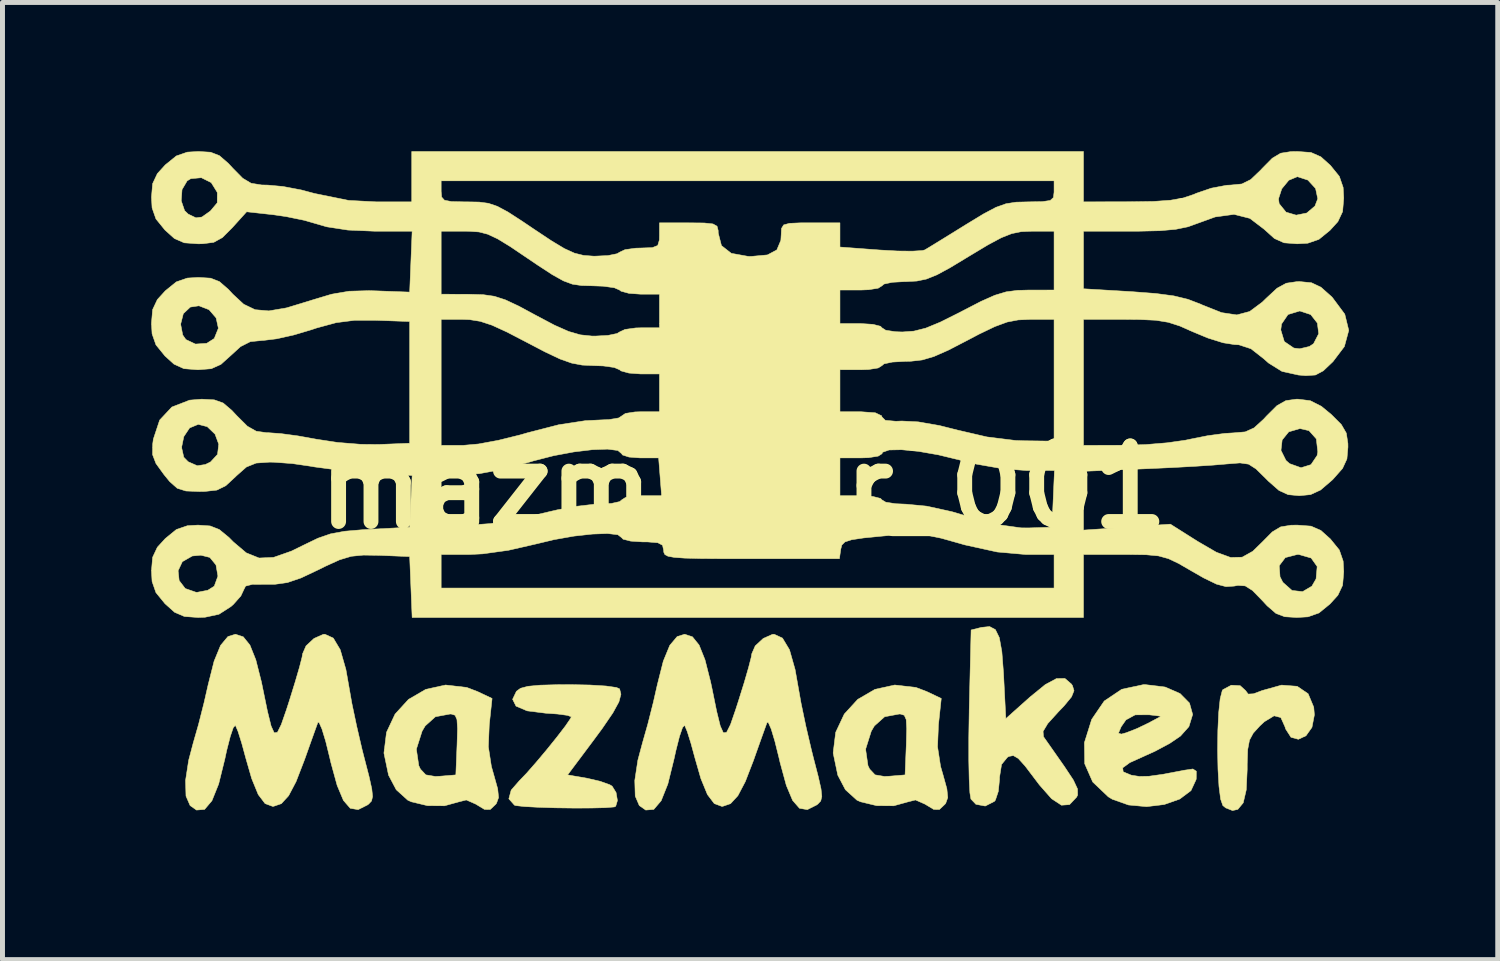
<source format=kicad_pcb>
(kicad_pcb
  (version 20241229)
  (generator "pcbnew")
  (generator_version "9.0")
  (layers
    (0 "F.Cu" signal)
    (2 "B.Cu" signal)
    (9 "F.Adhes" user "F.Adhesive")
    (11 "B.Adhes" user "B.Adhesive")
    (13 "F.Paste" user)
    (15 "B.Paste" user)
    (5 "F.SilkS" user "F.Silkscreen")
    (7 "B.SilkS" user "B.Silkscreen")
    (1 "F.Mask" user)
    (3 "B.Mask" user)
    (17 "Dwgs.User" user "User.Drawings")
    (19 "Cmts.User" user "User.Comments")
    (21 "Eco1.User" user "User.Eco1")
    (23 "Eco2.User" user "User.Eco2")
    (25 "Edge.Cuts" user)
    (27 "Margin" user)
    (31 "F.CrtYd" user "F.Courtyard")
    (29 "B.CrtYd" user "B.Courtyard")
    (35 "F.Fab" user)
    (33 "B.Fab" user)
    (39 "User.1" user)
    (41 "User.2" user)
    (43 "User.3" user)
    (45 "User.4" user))
  (footprint "mazmaker_001"
    (layer "F.Cu")
    (at 11.943 6.778)
    (property "Reference" "mazmaker_001" (at 0 0 0) (layer "F.SilkS") (effects (font (size 1.524 1.524) (thickness 0.3))))
    (attr through_hole)
    (fp_poly (pts (xy 11.168 4.013) (xy 11.389 4.163) (xy 11.502 4.434) (xy 11.515 4.589) (xy 11.466 4.841) (xy 11.346 5.01) (xy 11.192 5.082) (xy 11.043 5.041) (xy 10.934 4.872) (xy 10.923 4.832) (xy 10.838 4.643) (xy 10.702 4.608) (xy 10.506 4.727) (xy 10.414 4.813) (xy 10.282 4.958) (xy 10.206 5.099) (xy 10.17 5.289) (xy 10.16 5.579) (xy 10.16 5.692) (xy 10.141 6.101) (xy 10.08 6.363) (xy 9.971 6.495) (xy 9.864 6.519) (xy 9.727 6.465) (xy 9.669 6.418) (xy 9.624 6.289) (xy 9.591 6.032) (xy 9.571 5.688) (xy 9.563 5.299) (xy 9.568 4.904) (xy 9.585 4.545) (xy 9.615 4.263) (xy 9.657 4.099) (xy 9.669 4.081) (xy 9.839 3.991) (xy 10.018 4) (xy 10.127 4.099) (xy 10.18 4.17) (xy 10.288 4.164) (xy 10.46 4.099) (xy 10.854 3.989) (xy 11.168 4.013)) (stroke (width 0.01) (type solid)) (fill yes) (layer "F.SilkS"))
    (fp_poly (pts (xy -5.58 4.036) (xy -5.363 4.119) (xy -5.069 4.258) (xy -5.126 4.791) (xy -5.144 5.233) (xy -5.083 5.629) (xy -5.036 5.794) (xy -4.956 6.08) (xy -4.938 6.257) (xy -4.98 6.372) (xy -4.994 6.391) (xy -5.107 6.498) (xy -5.222 6.496) (xy -5.398 6.389) (xy -5.589 6.305) (xy -5.75 6.346) (xy -6.029 6.423) (xy -6.372 6.42) (xy -6.698 6.342) (xy -6.77 6.309) (xy -7.002 6.099) (xy -7.157 5.805) (xy -7.25 5.359) (xy -7.24 5.281) (xy -6.596 5.281) (xy -6.547 5.613) (xy -6.514 5.683) (xy -6.405 5.799) (xy -6.215 5.831) (xy -6.112 5.826) (xy -5.8 5.8) (xy -5.775 5.186) (xy -5.766 4.868) (xy -5.777 4.684) (xy -5.815 4.597) (xy -5.89 4.573) (xy -5.916 4.572) (xy -6.212 4.627) (xy -6.418 4.812) (xy -6.48 4.917) (xy -6.596 5.281) (xy -7.24 5.281) (xy -7.198 4.941) (xy -7.025 4.573) (xy -6.754 4.277) (xy -6.407 4.075) (xy -6.008 3.987) (xy -5.58 4.036)) (stroke (width 0.01) (type solid)) (fill yes) (layer "F.SilkS"))
    (fp_poly (pts (xy 3.479 4.036) (xy 3.697 4.119) (xy 3.99 4.258) (xy 3.933 4.791) (xy 3.915 5.233) (xy 3.976 5.629) (xy 4.024 5.794) (xy 4.103 6.08) (xy 4.121 6.257) (xy 4.08 6.372) (xy 4.065 6.391) (xy 3.952 6.498) (xy 3.838 6.496) (xy 3.661 6.389) (xy 3.47 6.305) (xy 3.309 6.346) (xy 3.031 6.423) (xy 2.687 6.42) (xy 2.362 6.342) (xy 2.289 6.309) (xy 2.057 6.099) (xy 1.903 5.805) (xy 1.81 5.359) (xy 1.819 5.281) (xy 2.464 5.281) (xy 2.512 5.613) (xy 2.546 5.683) (xy 2.655 5.799) (xy 2.844 5.831) (xy 2.948 5.826) (xy 3.26 5.8) (xy 3.285 5.186) (xy 3.293 4.868) (xy 3.283 4.684) (xy 3.244 4.597) (xy 3.169 4.573) (xy 3.143 4.572) (xy 2.848 4.627) (xy 2.641 4.812) (xy 2.579 4.917) (xy 2.464 5.281) (xy 1.819 5.281) (xy 1.861 4.941) (xy 2.034 4.573) (xy 2.305 4.277) (xy 2.652 4.075) (xy 3.051 3.987) (xy 3.479 4.036)) (stroke (width 0.01) (type solid)) (fill yes) (layer "F.SilkS"))
    (fp_poly (pts (xy -3.098 3.987) (xy -2.772 4.007) (xy -2.561 4.037) (xy -2.497 4.065) (xy -2.47 4.173) (xy -2.511 4.327) (xy -2.632 4.548) (xy -2.845 4.86) (xy -3.045 5.131) (xy -3.546 5.8) (xy -3.151 5.868) (xy -2.892 5.928) (xy -2.696 5.998) (xy -2.648 6.027) (xy -2.568 6.156) (xy -2.541 6.317) (xy -2.575 6.431) (xy -2.603 6.446) (xy -2.784 6.461) (xy -3.07 6.468) (xy -3.42 6.469) (xy -3.79 6.464) (xy -4.137 6.453) (xy -4.418 6.438) (xy -4.59 6.419) (xy -4.618 6.41) (xy -4.731 6.282) (xy -4.684 6.107) (xy -4.521 5.92) (xy -4.375 5.768) (xy -4.18 5.546) (xy -3.965 5.29) (xy -3.759 5.034) (xy -3.59 4.814) (xy -3.489 4.666) (xy -3.471 4.628) (xy -3.548 4.599) (xy -3.749 4.572) (xy -3.992 4.555) (xy -4.363 4.508) (xy -4.586 4.413) (xy -4.655 4.275) (xy -4.578 4.113) (xy -4.495 4.053) (xy -4.346 4.013) (xy -4.101 3.99) (xy -3.732 3.98) (xy -3.508 3.979) (xy -3.098 3.987)) (stroke (width 0.01) (type solid)) (fill yes) (layer "F.SilkS"))
    (fp_poly (pts (xy 8.506 4.028) (xy 8.806 4.159) (xy 8.996 4.351) (xy 9.06 4.581) (xy 8.984 4.827) (xy 8.815 5.016) (xy 8.598 5.164) (xy 8.3 5.323) (xy 8.096 5.415) (xy 7.793 5.552) (xy 7.649 5.657) (xy 7.659 5.738) (xy 7.816 5.803) (xy 7.832 5.807) (xy 7.986 5.831) (xy 8.179 5.827) (xy 8.451 5.789) (xy 8.844 5.715) (xy 8.875 5.708) (xy 9.064 5.68) (xy 9.134 5.725) (xy 9.132 5.876) (xy 9.129 5.895) (xy 9.026 6.117) (xy 8.799 6.287) (xy 8.487 6.397) (xy 8.131 6.44) (xy 7.768 6.407) (xy 7.44 6.291) (xy 7.359 6.242) (xy 7.044 5.942) (xy 6.883 5.575) (xy 6.877 5.149) (xy 6.937 4.959) (xy 7.563 4.959) (xy 7.623 4.977) (xy 7.719 4.95) (xy 7.937 4.865) (xy 8.17 4.753) (xy 8.424 4.617) (xy 8.184 4.588) (xy 7.9 4.589) (xy 7.715 4.69) (xy 7.618 4.829) (xy 7.563 4.959) (xy 6.937 4.959) (xy 7.024 4.68) (xy 7.277 4.31) (xy 7.63 4.073) (xy 8.064 3.98) (xy 8.111 3.98) (xy 8.506 4.028)) (stroke (width 0.01) (type solid)) (fill yes) (layer "F.SilkS"))
    (fp_poly (pts (xy 5.082 2.87) (xy 5.161 3.032) (xy 5.212 3.315) (xy 5.245 3.743) (xy 5.249 3.818) (xy 5.292 4.665) (xy 5.778 4.231) (xy 6.087 3.979) (xy 6.315 3.856) (xy 6.484 3.855) (xy 6.617 3.97) (xy 6.636 3.999) (xy 6.667 4.101) (xy 6.617 4.226) (xy 6.467 4.408) (xy 6.35 4.53) (xy 6.137 4.765) (xy 6.043 4.923) (xy 6.052 5.029) (xy 6.055 5.034) (xy 6.145 5.162) (xy 6.298 5.38) (xy 6.473 5.63) (xy 6.654 5.903) (xy 6.738 6.083) (xy 6.74 6.206) (xy 6.719 6.249) (xy 6.577 6.399) (xy 6.414 6.411) (xy 6.215 6.28) (xy 5.969 6.001) (xy 5.888 5.894) (xy 5.682 5.622) (xy 5.543 5.468) (xy 5.443 5.41) (xy 5.355 5.427) (xy 5.325 5.444) (xy 5.206 5.589) (xy 5.165 5.847) (xy 5.165 5.888) (xy 5.141 6.131) (xy 5.082 6.308) (xy 5.063 6.333) (xy 4.877 6.428) (xy 4.689 6.393) (xy 4.588 6.287) (xy 4.567 6.158) (xy 4.553 5.89) (xy 4.545 5.51) (xy 4.545 5.049) (xy 4.553 4.534) (xy 4.553 4.508) (xy 4.592 2.877) (xy 4.8 2.825) (xy 4.965 2.808) (xy 5.082 2.87)) (stroke (width 0.01) (type solid)) (fill yes) (layer "F.SilkS"))
    (fp_poly (pts (xy -8.271 3.041) (xy -8.131 3.276) (xy -8.017 3.674) (xy -7.963 3.979) (xy -7.897 4.356) (xy -7.8 4.816) (xy -7.692 5.282) (xy -7.648 5.454) (xy -7.55 5.833) (xy -7.495 6.082) (xy -7.479 6.235) (xy -7.5 6.326) (xy -7.557 6.387) (xy -7.582 6.406) (xy -7.77 6.5) (xy -7.929 6.473) (xy -8.067 6.314) (xy -8.194 6.011) (xy -8.32 5.552) (xy -8.343 5.453) (xy -8.425 5.12) (xy -8.5 4.874) (xy -8.557 4.745) (xy -8.582 4.741) (xy -8.632 4.879) (xy -8.721 5.127) (xy -8.831 5.437) (xy -8.855 5.503) (xy -9.022 5.935) (xy -9.172 6.22) (xy -9.319 6.38) (xy -9.477 6.434) (xy -9.494 6.435) (xy -9.647 6.378) (xy -9.785 6.196) (xy -9.917 5.874) (xy -10.036 5.461) (xy -10.118 5.16) (xy -10.192 4.925) (xy -10.244 4.803) (xy -10.246 4.8) (xy -10.288 4.845) (xy -10.349 5.025) (xy -10.421 5.305) (xy -10.458 5.477) (xy -10.583 5.983) (xy -10.719 6.321) (xy -10.867 6.496) (xy -11.03 6.509) (xy -11.159 6.418) (xy -11.242 6.227) (xy -11.251 5.913) (xy -11.188 5.504) (xy -11.095 5.152) (xy -10.988 4.779) (xy -10.877 4.341) (xy -10.795 3.981) (xy -10.675 3.506) (xy -10.544 3.187) (xy -10.396 3.01) (xy -10.245 2.963) (xy -10.087 3.015) (xy -9.953 3.181) (xy -9.834 3.478) (xy -9.721 3.924) (xy -9.693 4.06) (xy -9.599 4.517) (xy -9.526 4.813) (xy -9.463 4.952) (xy -9.398 4.941) (xy -9.32 4.784) (xy -9.216 4.485) (xy -9.155 4.296) (xy -9.044 3.938) (xy -8.955 3.634) (xy -8.901 3.424) (xy -8.89 3.356) (xy -8.821 3.198) (xy -8.66 3.048) (xy -8.475 2.966) (xy -8.441 2.963) (xy -8.271 3.041)) (stroke (width 0.01) (type solid)) (fill yes) (layer "F.SilkS"))
    (fp_poly (pts (xy 0.788 3.041) (xy 0.929 3.276) (xy 1.042 3.674) (xy 1.096 3.979) (xy 1.163 4.356) (xy 1.259 4.816) (xy 1.368 5.282) (xy 1.411 5.454) (xy 1.509 5.833) (xy 1.565 6.082) (xy 1.581 6.235) (xy 1.559 6.326) (xy 1.502 6.387) (xy 1.477 6.406) (xy 1.289 6.5) (xy 1.131 6.473) (xy 0.992 6.314) (xy 0.865 6.011) (xy 0.74 5.552) (xy 0.717 5.453) (xy 0.634 5.12) (xy 0.56 4.874) (xy 0.503 4.745) (xy 0.477 4.741) (xy 0.427 4.879) (xy 0.338 5.127) (xy 0.228 5.437) (xy 0.205 5.503) (xy 0.038 5.935) (xy -0.112 6.22) (xy -0.26 6.38) (xy -0.418 6.434) (xy -0.435 6.435) (xy -0.588 6.378) (xy -0.726 6.196) (xy -0.858 5.874) (xy -0.977 5.461) (xy -1.059 5.16) (xy -1.133 4.925) (xy -1.184 4.803) (xy -1.187 4.8) (xy -1.228 4.845) (xy -1.29 5.025) (xy -1.361 5.305) (xy -1.399 5.477) (xy -1.524 5.983) (xy -1.659 6.321) (xy -1.808 6.496) (xy -1.97 6.509) (xy -2.1 6.418) (xy -2.182 6.227) (xy -2.191 5.913) (xy -2.129 5.504) (xy -2.035 5.152) (xy -1.929 4.779) (xy -1.818 4.341) (xy -1.736 3.981) (xy -1.616 3.506) (xy -1.485 3.187) (xy -1.336 3.01) (xy -1.185 2.963) (xy -1.028 3.015) (xy -0.894 3.181) (xy -0.775 3.478) (xy -0.662 3.924) (xy -0.633 4.06) (xy -0.54 4.517) (xy -0.467 4.813) (xy -0.404 4.952) (xy -0.339 4.941) (xy -0.26 4.784) (xy -0.157 4.485) (xy -0.096 4.296) (xy 0.016 3.938) (xy 0.104 3.634) (xy 0.158 3.424) (xy 0.169 3.356) (xy 0.238 3.198) (xy 0.4 3.048) (xy 0.584 2.966) (xy 0.619 2.963) (xy 0.788 3.041)) (stroke (width 0.01) (type solid)) (fill yes) (layer "F.SilkS"))
    (fp_poly (pts (xy 6.858 -5.757) (xy 7.811 -5.759) (xy 8.275 -5.766) (xy 8.613 -5.79) (xy 8.772 -5.818) (xy 10.791 -5.818) (xy 10.805 -5.72) (xy 10.944 -5.549) (xy 11.148 -5.489) (xy 11.361 -5.532) (xy 11.526 -5.672) (xy 11.583 -5.82) (xy 11.539 -6.027) (xy 11.384 -6.196) (xy 11.172 -6.265) (xy 10.999 -6.193) (xy 10.857 -6.02) (xy 10.791 -5.818) (xy 8.772 -5.818) (xy 8.868 -5.835) (xy 9.083 -5.907) (xy 9.132 -5.929) (xy 9.436 -6.033) (xy 9.747 -6.092) (xy 9.831 -6.096) (xy 10.053 -6.118) (xy 10.232 -6.207) (xy 10.432 -6.398) (xy 10.466 -6.435) (xy 10.666 -6.637) (xy 10.835 -6.738) (xy 11.044 -6.771) (xy 11.169 -6.773) (xy 11.447 -6.753) (xy 11.645 -6.666) (xy 11.837 -6.494) (xy 12.018 -6.271) (xy 12.095 -6.048) (xy 12.107 -5.833) (xy 12.084 -5.56) (xy 11.989 -5.358) (xy 11.828 -5.181) (xy 11.605 -5) (xy 11.382 -4.923) (xy 11.167 -4.911) (xy 10.904 -4.931) (xy 10.709 -5.018) (xy 10.499 -5.207) (xy 10.214 -5.424) (xy 9.895 -5.505) (xy 9.514 -5.453) (xy 9.186 -5.334) (xy 8.964 -5.254) (xy 8.716 -5.203) (xy 8.398 -5.175) (xy 7.966 -5.165) (xy 7.825 -5.165) (xy 6.858 -5.165) (xy 6.858 -4.004) (xy 7.831 -3.946) (xy 8.316 -3.909) (xy 8.679 -3.861) (xy 8.964 -3.792) (xy 9.22 -3.694) (xy 9.249 -3.68) (xy 9.644 -3.523) (xy 9.951 -3.477) (xy 10.21 -3.546) (xy 10.464 -3.735) (xy 10.541 -3.81) (xy 10.762 -4.015) (xy 10.947 -4.116) (xy 11.162 -4.148) (xy 11.218 -4.149) (xy 11.456 -4.126) (xy 11.647 -4.036) (xy 11.863 -3.844) (xy 11.878 -3.828) (xy 12.128 -3.492) (xy 12.208 -3.165) (xy 12.12 -2.839) (xy 11.889 -2.534) (xy 11.694 -2.349) (xy 11.536 -2.265) (xy 11.341 -2.252) (xy 11.191 -2.265) (xy 10.862 -2.338) (xy 10.589 -2.508) (xy 10.495 -2.592) (xy 10.237 -2.794) (xy 9.993 -2.874) (xy 9.902 -2.879) (xy 9.674 -2.915) (xy 9.367 -3.011) (xy 9.073 -3.133) (xy 8.978 -3.175) (xy 10.837 -3.175) (xy 10.908 -2.94) (xy 11.1 -2.809) (xy 11.218 -2.794) (xy 11.413 -2.84) (xy 11.498 -2.896) (xy 11.602 -3.098) (xy 11.575 -3.313) (xy 11.441 -3.484) (xy 11.223 -3.556) (xy 11.218 -3.556) (xy 10.983 -3.485) (xy 10.853 -3.294) (xy 10.837 -3.175) (xy 8.978 -3.175) (xy 8.802 -3.253) (xy 8.569 -3.328) (xy 8.319 -3.369) (xy 7.995 -3.384) (xy 7.697 -3.387) (xy 6.858 -3.387) (xy 6.858 -0.847) (xy 7.684 -0.848) (xy 8.114 -0.862) (xy 8.548 -0.898) (xy 8.913 -0.95) (xy 9.017 -0.972) (xy 9.363 -1.041) (xy 9.706 -1.087) (xy 9.885 -1.098) (xy 10.12 -1.118) (xy 10.299 -1.199) (xy 10.49 -1.373) (xy 10.551 -1.439) (xy 10.76 -1.647) (xy 10.939 -1.748) (xy 11.151 -1.778) (xy 11.186 -1.778) (xy 11.432 -1.747) (xy 11.656 -1.634) (xy 11.853 -1.472) (xy 12.058 -1.267) (xy 12.159 -1.093) (xy 12.191 -0.883) (xy 12.192 -0.812) (xy 12.171 -0.572) (xy 12.083 -0.381) (xy 11.896 -0.169) (xy 11.871 -0.144) (xy 11.64 0.054) (xy 11.438 0.147) (xy 11.211 0.169) (xy 10.986 0.148) (xy 10.801 0.063) (xy 10.593 -0.119) (xy 10.537 -0.175) (xy 10.339 -0.37) (xy 10.188 -0.467) (xy 10.015 -0.492) (xy 9.75 -0.471) (xy 9.737 -0.47) (xy 9.477 -0.448) (xy 9.095 -0.423) (xy 8.64 -0.398) (xy 8.158 -0.376) (xy 8.065 -0.372) (xy 6.858 -0.323) (xy 6.858 0.863) (xy 7.734 0.803) (xy 8.611 0.743) (xy 9.162 1.091) (xy 9.539 1.31) (xy 9.826 1.415) (xy 10.059 1.409) (xy 10.272 1.29) (xy 10.466 1.101) (xy 10.666 0.899) (xy 10.835 0.798) (xy 11.044 0.764) (xy 11.169 0.762) (xy 11.447 0.783) (xy 11.645 0.869) (xy 11.837 1.041) (xy 12.018 1.264) (xy 12.095 1.488) (xy 12.107 1.702) (xy 12.084 1.976) (xy 11.989 2.177) (xy 11.828 2.354) (xy 11.607 2.534) (xy 11.385 2.612) (xy 11.161 2.625) (xy 10.917 2.61) (xy 10.74 2.543) (xy 10.562 2.389) (xy 10.461 2.28) (xy 10.266 2.08) (xy 10.12 1.988) (xy 9.972 1.978) (xy 9.898 1.992) (xy 9.732 2.003) (xy 9.542 1.953) (xy 9.284 1.828) (xy 9.062 1.701) (xy 8.853 1.58) (xy 10.806 1.58) (xy 10.822 1.804) (xy 10.879 1.916) (xy 11.064 2.08) (xy 11.277 2.104) (xy 11.464 1.994) (xy 11.549 1.847) (xy 11.571 1.597) (xy 11.45 1.426) (xy 11.203 1.355) (xy 11.169 1.355) (xy 10.929 1.417) (xy 10.806 1.58) (xy 8.853 1.58) (xy 8.785 1.54) (xy 8.573 1.439) (xy 8.37 1.383) (xy 8.122 1.36) (xy 7.773 1.355) (xy 7.669 1.355) (xy 6.858 1.355) (xy 6.858 2.625) (xy -6.681 2.625) (xy -6.731 1.397) (xy -7.34 1.372) (xy -7.663 1.367) (xy -7.909 1.391) (xy -8.145 1.462) (xy -8.437 1.595) (xy -8.567 1.66) (xy -8.923 1.828) (xy -9.197 1.921) (xy -9.449 1.956) (xy -9.631 1.956) (xy -9.903 1.957) (xy -10.04 1.992) (xy -10.075 2.062) (xy -10.136 2.192) (xy -10.286 2.361) (xy -10.336 2.405) (xy -10.577 2.56) (xy -10.857 2.62) (xy -10.997 2.625) (xy -11.274 2.605) (xy -11.472 2.52) (xy -11.667 2.345) (xy -11.848 2.123) (xy -11.926 1.899) (xy -11.938 1.685) (xy -11.938 1.682) (xy -11.401 1.682) (xy -11.38 1.88) (xy -11.257 2.041) (xy -11.041 2.116) (xy -11.014 2.117) (xy -10.802 2.076) (xy -10.672 1.994) (xy -10.598 1.791) (xy -10.637 1.566) (xy -10.761 1.414) (xy -10.942 1.369) (xy -11.115 1.385) (xy -11.316 1.5) (xy -11.401 1.682) (xy -11.938 1.682) (xy -11.915 1.411) (xy -11.82 1.209) (xy -11.659 1.033) (xy -11.436 0.851) (xy -11.212 0.774) (xy -10.999 0.762) (xy -10.755 0.779) (xy -10.571 0.851) (xy -10.377 1.01) (xy -10.287 1.101) (xy -10.026 1.322) (xy -9.768 1.426) (xy -9.476 1.413) (xy -9.31 1.355) (xy -6.096 1.355) (xy -6.096 2.032) (xy 6.265 2.032) (xy 6.265 1.355) (xy 5.694 1.355) (xy 5.117 1.304) (xy 4.458 1.159) (xy 4.365 1.132) (xy 3.988 1.026) (xy 3.698 0.966) (xy 3.428 0.946) (xy 3.108 0.957) (xy 2.798 0.984) (xy 2.423 1.021) (xy 2.183 1.057) (xy 2.048 1.101) (xy 1.985 1.164) (xy 1.963 1.249) (xy 1.936 1.439) (xy 0.163 1.439) (xy -0.427 1.439) (xy -0.869 1.436) (xy -1.184 1.428) (xy -1.395 1.413) (xy -1.521 1.39) (xy -1.584 1.356) (xy -1.606 1.309) (xy -1.609 1.27) (xy -1.631 1.168) (xy -1.726 1.118) (xy -1.934 1.101) (xy -2.032 1.101) (xy -2.273 1.085) (xy -2.427 1.046) (xy -2.455 1.016) (xy -2.532 0.956) (xy -2.74 0.932) (xy -3.047 0.943) (xy -3.417 0.984) (xy -3.819 1.055) (xy -4.19 1.144) (xy -4.74 1.27) (xy -5.26 1.342) (xy -5.524 1.355) (xy -6.096 1.355) (xy -9.31 1.355) (xy -9.114 1.286) (xy -8.866 1.164) (xy -8.582 1.027) (xy -8.328 0.939) (xy -8.043 0.886) (xy -7.667 0.854) (xy -7.535 0.847) (xy -6.731 0.804) (xy -6.706 0.283) (xy -6.681 -0.238) (xy -6.927 -0.254) (xy -6.096 -0.254) (xy -6.096 0.762) (xy -5.524 0.762) (xy -5.094 0.731) (xy -4.583 0.648) (xy -4.164 0.55) (xy -3.757 0.455) (xy -3.351 0.381) (xy -3.013 0.342) (xy -2.915 0.339) (xy -2.662 0.325) (xy -2.495 0.288) (xy -2.455 0.254) (xy -2.379 0.205) (xy -2.186 0.174) (xy -2.053 0.169) (xy -1.65 0.169) (xy -1.71 -0.593) (xy 1.947 -0.593) (xy 1.947 0.169) (xy 2.371 0.169) (xy 2.612 0.185) (xy 2.765 0.224) (xy 2.794 0.254) (xy 2.871 0.3) (xy 3.069 0.331) (xy 3.281 0.34) (xy 3.697 0.38) (xy 4.206 0.492) (xy 4.53 0.588) (xy 5.121 0.751) (xy 5.6 0.818) (xy 5.757 0.819) (xy 6.223 0.804) (xy 6.273 -0.339) (xy 5.698 -0.34) (xy 5.234 -0.374) (xy 4.697 -0.468) (xy 4.361 -0.551) (xy 3.932 -0.655) (xy 3.531 -0.725) (xy 3.326 -0.745) (xy 10.841 -0.745) (xy 10.942 -0.542) (xy 11.016 -0.477) (xy 11.246 -0.395) (xy 11.446 -0.457) (xy 11.57 -0.641) (xy 11.584 -0.713) (xy 11.554 -0.977) (xy 11.406 -1.143) (xy 11.225 -1.185) (xy 10.998 -1.119) (xy 10.865 -0.955) (xy 10.841 -0.745) (xy 3.326 -0.745) (xy 3.19 -0.758) (xy 2.937 -0.753) (xy 2.806 -0.707) (xy 2.794 -0.677) (xy 2.718 -0.629) (xy 2.523 -0.598) (xy 2.371 -0.593) (xy 1.947 -0.593) (xy -1.71 -0.593) (xy -2.083 -0.593) (xy -2.307 -0.61) (xy -2.44 -0.653) (xy -2.455 -0.677) (xy -2.532 -0.743) (xy -2.74 -0.77) (xy -3.046 -0.759) (xy -3.419 -0.714) (xy -3.826 -0.638) (xy -4.235 -0.533) (xy -4.318 -0.508) (xy -4.849 -0.363) (xy -5.323 -0.276) (xy -5.609 -0.255) (xy -6.096 -0.254) (xy -6.927 -0.254) (xy -7.51 -0.293) (xy -7.923 -0.326) (xy -8.323 -0.368) (xy -8.646 -0.411) (xy -8.746 -0.428) (xy -9.097 -0.479) (xy -9.467 -0.506) (xy -9.555 -0.508) (xy -9.827 -0.489) (xy -10.023 -0.41) (xy -10.225 -0.232) (xy -10.245 -0.212) (xy -10.44 -0.032) (xy -10.619 0.056) (xy -10.861 0.083) (xy -10.974 0.085) (xy -11.244 0.074) (xy -11.419 0.019) (xy -11.57 -0.115) (xy -11.686 -0.257) (xy -11.848 -0.481) (xy -11.916 -0.659) (xy -11.915 -0.805) (xy -11.331 -0.805) (xy -11.287 -0.607) (xy -11.197 -0.515) (xy -11.014 -0.435) (xy -10.852 -0.46) (xy -10.747 -0.511) (xy -10.606 -0.664) (xy -10.581 -0.869) (xy -10.656 -1.072) (xy -10.813 -1.223) (xy -10.995 -1.27) (xy -11.169 -1.198) (xy -11.286 -1.023) (xy -11.331 -0.805) (xy -11.915 -0.805) (xy -11.914 -0.87) (xy -11.9 -0.973) (xy -11.773 -1.356) (xy -11.527 -1.619) (xy -11.169 -1.758) (xy -10.925 -1.778) (xy -10.671 -1.764) (xy -10.492 -1.7) (xy -10.317 -1.551) (xy -10.212 -1.439) (xy -10.004 -1.232) (xy -9.825 -1.131) (xy -9.613 -1.101) (xy -9.577 -1.101) (xy -9.327 -1.083) (xy -8.984 -1.037) (xy -8.623 -0.972) (xy -8.614 -0.97) (xy -8.187 -0.905) (xy -7.714 -0.867) (xy -7.356 -0.864) (xy -6.731 -0.889) (xy -6.731 -3.344) (xy -7.408 -3.368) (xy -7.845 -3.368) (xy -8.212 -3.321) (xy -8.603 -3.215) (xy -8.714 -3.178) (xy -9.07 -3.072) (xy -9.416 -2.995) (xy -9.679 -2.963) (xy -9.693 -2.963) (xy -9.944 -2.938) (xy -10.142 -2.838) (xy -10.329 -2.667) (xy -10.538 -2.479) (xy -10.732 -2.392) (xy -10.995 -2.371) (xy -11.007 -2.371) (xy -11.284 -2.393) (xy -11.484 -2.484) (xy -11.667 -2.65) (xy -11.848 -2.873) (xy -11.926 -3.096) (xy -11.937 -3.29) (xy -11.35 -3.29) (xy -11.308 -3.072) (xy -11.244 -2.98) (xy -11.051 -2.889) (xy -10.824 -2.904) (xy -10.672 -3.001) (xy -10.589 -3.208) (xy -10.628 -3.387) (xy -6.096 -3.387) (xy -6.096 -0.847) (xy -5.644 -0.847) (xy -5.343 -0.874) (xy -4.942 -0.948) (xy -4.502 -1.057) (xy -4.353 -1.1) (xy -3.724 -1.262) (xy -3.187 -1.344) (xy -2.985 -1.354) (xy -2.706 -1.367) (xy -2.516 -1.399) (xy -2.455 -1.439) (xy -2.38 -1.49) (xy -2.188 -1.52) (xy -2.074 -1.524) (xy -1.693 -1.524) (xy -1.693 -2.286) (xy -2.069 -2.286) (xy -2.309 -2.304) (xy -2.469 -2.348) (xy -2.498 -2.371) (xy 1.947 -2.371) (xy 1.947 -1.524) (xy 2.371 -1.524) (xy 2.661 -1.503) (xy 2.788 -1.442) (xy 2.794 -1.418) (xy 2.862 -1.351) (xy 3.074 -1.332) (xy 3.196 -1.337) (xy 3.525 -1.32) (xy 3.952 -1.246) (xy 4.318 -1.154) (xy 4.912 -1.016) (xy 5.485 -0.945) (xy 5.652 -0.939) (xy 6.265 -0.931) (xy 6.265 -3.387) (xy 5.786 -3.387) (xy 5.541 -3.376) (xy 5.318 -3.333) (xy 5.071 -3.242) (xy 4.752 -3.089) (xy 4.513 -2.963) (xy 4.128 -2.764) (xy 3.841 -2.638) (xy 3.607 -2.569) (xy 3.38 -2.543) (xy 3.258 -2.54) (xy 3.003 -2.526) (xy 2.835 -2.49) (xy 2.794 -2.455) (xy 2.718 -2.407) (xy 2.523 -2.376) (xy 2.371 -2.371) (xy 1.947 -2.371) (xy -2.498 -2.371) (xy -2.605 -2.417) (xy -2.826 -2.448) (xy -3.023 -2.455) (xy -3.252 -2.465) (xy -3.464 -2.505) (xy -3.701 -2.589) (xy -4.003 -2.732) (xy -4.364 -2.921) (xy -4.77 -3.132) (xy -5.071 -3.27) (xy -5.309 -3.348) (xy -5.523 -3.382) (xy -5.664 -3.387) (xy -6.096 -3.387) (xy -10.628 -3.387) (xy -10.635 -3.417) (xy -10.777 -3.582) (xy -10.981 -3.661) (xy -11.155 -3.635) (xy -11.296 -3.502) (xy -11.35 -3.29) (xy -11.937 -3.29) (xy -11.938 -3.311) (xy -11.915 -3.584) (xy -11.82 -3.786) (xy -11.659 -3.963) (xy -11.437 -4.143) (xy -11.215 -4.22) (xy -10.991 -4.233) (xy -10.745 -4.218) (xy -10.568 -4.149) (xy -10.388 -3.993) (xy -10.297 -3.895) (xy -10.079 -3.693) (xy -9.848 -3.582) (xy -9.571 -3.558) (xy -9.214 -3.619) (xy -8.744 -3.762) (xy -8.714 -3.772) (xy -8.308 -3.894) (xy -7.952 -3.955) (xy -7.553 -3.966) (xy -7.408 -3.962) (xy -6.731 -3.937) (xy -6.706 -4.551) (xy -6.681 -5.165) (xy -6.096 -5.165) (xy -6.096 -3.895) (xy -5.524 -3.893) (xy -5.248 -3.885) (xy -5.024 -3.853) (xy -4.801 -3.781) (xy -4.53 -3.654) (xy -4.191 -3.471) (xy -3.809 -3.269) (xy -3.524 -3.143) (xy -3.288 -3.075) (xy -3.058 -3.051) (xy -2.989 -3.05) (xy -2.731 -3.064) (xy -2.548 -3.102) (xy -2.498 -3.133) (xy -2.388 -3.184) (xy -2.173 -3.214) (xy -2.069 -3.217) (xy -1.693 -3.217) (xy -1.693 -3.895) (xy -2.069 -3.895) (xy -2.309 -3.912) (xy -2.469 -3.956) (xy -2.498 -3.979) (xy 1.947 -3.979) (xy 1.947 -3.302) (xy 2.371 -3.302) (xy 2.612 -3.287) (xy 2.765 -3.248) (xy 2.794 -3.217) (xy 2.87 -3.168) (xy 3.064 -3.138) (xy 3.206 -3.133) (xy 3.438 -3.15) (xy 3.679 -3.211) (xy 3.972 -3.332) (xy 4.36 -3.526) (xy 4.413 -3.554) (xy 4.79 -3.749) (xy 5.069 -3.873) (xy 5.298 -3.942) (xy 5.525 -3.972) (xy 5.736 -3.978) (xy 6.265 -3.979) (xy 6.265 -5.165) (xy 5.817 -5.165) (xy 5.603 -5.156) (xy 5.411 -5.117) (xy 5.201 -5.034) (xy 4.932 -4.89) (xy 4.564 -4.669) (xy 4.544 -4.657) (xy 4.172 -4.432) (xy 3.901 -4.285) (xy 3.69 -4.2) (xy 3.498 -4.16) (xy 3.286 -4.149) (xy 3.256 -4.149) (xy 3.002 -4.135) (xy 2.834 -4.099) (xy 2.794 -4.064) (xy 2.718 -4.016) (xy 2.523 -3.985) (xy 2.371 -3.979) (xy 1.947 -3.979) (xy -2.498 -3.979) (xy -2.604 -4.025) (xy -2.827 -4.056) (xy -3.044 -4.064) (xy -3.267 -4.07) (xy -3.449 -4.097) (xy -3.63 -4.164) (xy -3.851 -4.287) (xy -4.15 -4.482) (xy -4.345 -4.614) (xy -4.7 -4.854) (xy -4.957 -5.011) (xy -5.155 -5.104) (xy -5.332 -5.15) (xy -5.527 -5.164) (xy -5.623 -5.165) (xy -6.096 -5.165) (xy -6.681 -5.165) (xy -7.436 -5.165) (xy -7.975 -5.188) (xy -8.404 -5.254) (xy -8.562 -5.3) (xy -8.856 -5.385) (xy -9.222 -5.46) (xy -9.476 -5.497) (xy -10.019 -5.557) (xy -10.311 -5.234) (xy -10.508 -5.037) (xy -10.682 -4.941) (xy -10.906 -4.912) (xy -11 -4.911) (xy -11.277 -4.931) (xy -11.476 -5.018) (xy -11.667 -5.19) (xy -11.848 -5.413) (xy -11.926 -5.636) (xy -11.934 -5.779) (xy -11.338 -5.779) (xy -11.27 -5.58) (xy -11.197 -5.51) (xy -11.041 -5.435) (xy -10.921 -5.451) (xy -10.756 -5.568) (xy -10.749 -5.574) (xy -10.612 -5.737) (xy -10.61 -5.935) (xy -10.614 -5.953) (xy -10.733 -6.145) (xy -10.932 -6.244) (xy -11.145 -6.225) (xy -11.219 -6.18) (xy -11.322 -6.005) (xy -11.338 -5.779) (xy -11.934 -5.779) (xy -11.938 -5.851) (xy -11.915 -6.124) (xy -11.82 -6.326) (xy -11.659 -6.503) (xy -11.437 -6.683) (xy -11.215 -6.76) (xy -10.991 -6.773) (xy -10.745 -6.758) (xy -10.568 -6.689) (xy -10.388 -6.533) (xy -10.297 -6.435) (xy -10.098 -6.233) (xy -9.928 -6.132) (xy -9.718 -6.098) (xy -9.589 -6.095) (xy -9.285 -6.067) (xy -8.916 -5.997) (xy -8.65 -5.926) (xy -7.96 -5.786) (xy -7.401 -5.757) (xy -6.689 -5.757) (xy -6.689 -6.181) (xy -6.096 -6.181) (xy -6.096 -5.969) (xy -6.086 -5.854) (xy -6.029 -5.79) (xy -5.888 -5.763) (xy -5.622 -5.757) (xy -5.566 -5.757) (xy -5.33 -5.753) (xy -5.143 -5.728) (xy -4.963 -5.667) (xy -4.75 -5.553) (xy -4.464 -5.368) (xy -4.233 -5.212) (xy -3.872 -4.972) (xy -3.609 -4.814) (xy -3.406 -4.722) (xy -3.224 -4.677) (xy -3.023 -4.662) (xy -2.989 -4.662) (xy -2.731 -4.674) (xy -2.548 -4.711) (xy -2.498 -4.741) (xy -2.388 -4.793) (xy -2.173 -4.823) (xy -2.069 -4.826) (xy -1.837 -4.834) (xy -1.728 -4.877) (xy -1.695 -4.988) (xy -1.693 -5.08) (xy -1.693 -5.334) (xy -1.101 -5.334) (xy -0.791 -5.331) (xy -0.614 -5.312) (xy -0.532 -5.266) (xy -0.509 -5.179) (xy -0.508 -5.128) (xy -0.443 -4.875) (xy -0.244 -4.719) (xy 0.093 -4.658) (xy 0.158 -4.657) (xy 0.484 -4.687) (xy 0.674 -4.788) (xy 0.755 -4.981) (xy 0.762 -5.097) (xy 0.768 -5.221) (xy 0.811 -5.292) (xy 0.928 -5.324) (xy 1.156 -5.334) (xy 1.355 -5.334) (xy 1.947 -5.334) (xy 1.947 -4.846) (xy 2.747 -4.786) (xy 3.107 -4.766) (xy 3.409 -4.763) (xy 3.608 -4.775) (xy 3.658 -4.788) (xy 3.773 -4.857) (xy 3.996 -4.994) (xy 4.289 -5.175) (xy 4.497 -5.304) (xy 4.841 -5.513) (xy 5.091 -5.646) (xy 5.295 -5.719) (xy 5.499 -5.751) (xy 5.745 -5.757) (xy 6.031 -5.762) (xy 6.187 -5.785) (xy 6.252 -5.844) (xy 6.265 -5.953) (xy 6.265 -5.969) (xy 6.265 -6.181) (xy -6.096 -6.181) (xy -6.689 -6.181) (xy -6.689 -6.773) (xy 6.858 -6.773) (xy 6.858 -5.757)) (stroke (width 0.01) (type solid)) (fill yes) (layer "F.SilkS")))
  (gr_rect
    (start -3 -3)
    (end 27.156 16.303)
    (stroke (width 0.1) (type default))
    (fill no)
    (layer "Edge.Cuts")))
</source>
